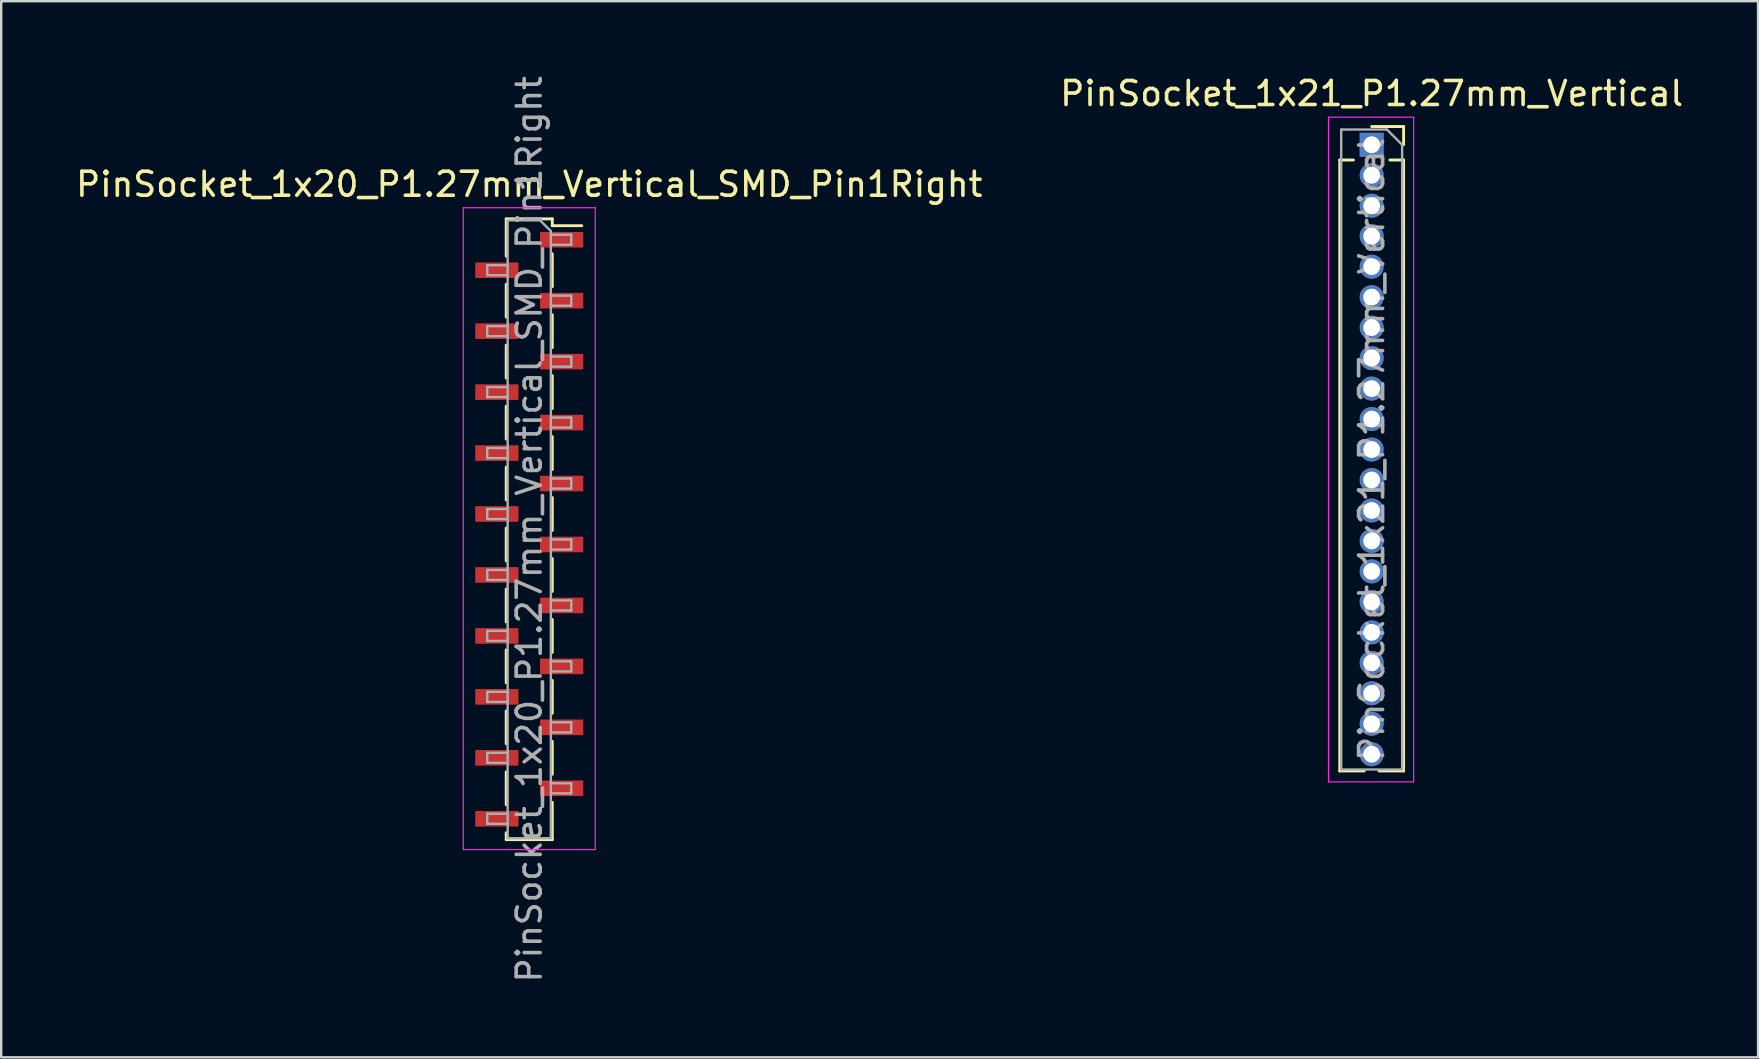
<source format=kicad_pcb>
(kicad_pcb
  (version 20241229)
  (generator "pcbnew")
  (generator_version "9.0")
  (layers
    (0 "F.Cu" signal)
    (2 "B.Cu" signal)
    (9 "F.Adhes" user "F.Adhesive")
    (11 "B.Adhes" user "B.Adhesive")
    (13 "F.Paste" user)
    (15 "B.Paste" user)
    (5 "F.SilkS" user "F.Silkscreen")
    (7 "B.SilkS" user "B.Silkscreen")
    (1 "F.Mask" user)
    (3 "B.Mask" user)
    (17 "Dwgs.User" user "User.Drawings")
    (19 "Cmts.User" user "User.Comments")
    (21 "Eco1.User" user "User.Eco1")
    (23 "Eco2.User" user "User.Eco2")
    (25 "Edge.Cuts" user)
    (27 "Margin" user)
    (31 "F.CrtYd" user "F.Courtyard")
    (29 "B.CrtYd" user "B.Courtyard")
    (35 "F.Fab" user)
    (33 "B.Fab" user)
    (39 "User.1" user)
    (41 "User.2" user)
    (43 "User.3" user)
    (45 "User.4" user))
  (footprint "PinSocket_1x21_P1.27mm_Vertical"
    (layer "F.Cu")
    (at 54.113 2.983)
    (property "Reference" "PinSocket_1x21_P1.27mm_Vertical" (at 0 -2.135 0) (layer "F.SilkS") (effects (font (size 1 1) (thickness 0.15))))
    (attr through_hole)
    (fp_line (start -1.33 0.635) (end -1.33 26.095) (stroke (width 0.12) (type solid)) (layer "F.SilkS"))
    (fp_line (start -1.33 0.635) (end -0.76 0.635) (stroke (width 0.12) (type solid)) (layer "F.SilkS"))
    (fp_line (start -1.33 26.095) (end -0.308 26.095) (stroke (width 0.12) (type solid)) (layer "F.SilkS"))
    (fp_line (start 0 -0.76) (end 1.33 -0.76) (stroke (width 0.12) (type solid)) (layer "F.SilkS"))
    (fp_line (start 0.308 26.095) (end 1.33 26.095) (stroke (width 0.12) (type solid)) (layer "F.SilkS"))
    (fp_line (start 0.76 0.635) (end 1.33 0.635) (stroke (width 0.12) (type solid)) (layer "F.SilkS"))
    (fp_line (start 1.33 -0.76) (end 1.33 0) (stroke (width 0.12) (type solid)) (layer "F.SilkS"))
    (fp_line (start 1.33 0.635) (end 1.33 26.095) (stroke (width 0.12) (type solid)) (layer "F.SilkS"))
    (fp_line (start -1.8 -1.15) (end 1.75 -1.15) (stroke (width 0.05) (type solid)) (layer "F.CrtYd"))
    (fp_line (start -1.8 26.55) (end -1.8 -1.15) (stroke (width 0.05) (type solid)) (layer "F.CrtYd"))
    (fp_line (start 1.75 -1.15) (end 1.75 26.55) (stroke (width 0.05) (type solid)) (layer "F.CrtYd"))
    (fp_line (start 1.75 26.55) (end -1.8 26.55) (stroke (width 0.05) (type solid)) (layer "F.CrtYd"))
    (fp_line (start -1.27 -0.635) (end 0.635 -0.635) (stroke (width 0.1) (type solid)) (layer "F.Fab"))
    (fp_line (start -1.27 26.035) (end -1.27 -0.635) (stroke (width 0.1) (type solid)) (layer "F.Fab"))
    (fp_line (start 0.635 -0.635) (end 1.27 0) (stroke (width 0.1) (type solid)) (layer "F.Fab"))
    (fp_line (start 1.27 0) (end 1.27 26.035) (stroke (width 0.1) (type solid)) (layer "F.Fab"))
    (fp_line (start 1.27 26.035) (end -1.27 26.035) (stroke (width 0.1) (type solid)) (layer "F.Fab"))
    (fp_text user "${REFERENCE}" (at 0 12.7 90) (layer "F.Fab") (effects (font (size 1 1) (thickness 0.15))))
    (pad "1" thru_hole rect (at 0 0) (size 1 1) (drill 0.7) (layers "*.Cu" "*.Mask"))
    (pad "2" thru_hole oval (at 0 1.27) (size 1 1) (drill 0.7) (layers "*.Cu" "*.Mask"))
    (pad "3" thru_hole oval (at 0 2.54) (size 1 1) (drill 0.7) (layers "*.Cu" "*.Mask"))
    (pad "4" thru_hole oval (at 0 3.81) (size 1 1) (drill 0.7) (layers "*.Cu" "*.Mask"))
    (pad "5" thru_hole oval (at 0 5.08) (size 1 1) (drill 0.7) (layers "*.Cu" "*.Mask"))
    (pad "6" thru_hole oval (at 0 6.35) (size 1 1) (drill 0.7) (layers "*.Cu" "*.Mask"))
    (pad "7" thru_hole oval (at 0 7.62) (size 1 1) (drill 0.7) (layers "*.Cu" "*.Mask"))
    (pad "8" thru_hole oval (at 0 8.89) (size 1 1) (drill 0.7) (layers "*.Cu" "*.Mask"))
    (pad "9" thru_hole oval (at 0 10.16) (size 1 1) (drill 0.7) (layers "*.Cu" "*.Mask"))
    (pad "10" thru_hole oval (at 0 11.43) (size 1 1) (drill 0.7) (layers "*.Cu" "*.Mask"))
    (pad "11" thru_hole oval (at 0 12.7) (size 1 1) (drill 0.7) (layers "*.Cu" "*.Mask"))
    (pad "12" thru_hole oval (at 0 13.97) (size 1 1) (drill 0.7) (layers "*.Cu" "*.Mask"))
    (pad "13" thru_hole oval (at 0 15.24) (size 1 1) (drill 0.7) (layers "*.Cu" "*.Mask"))
    (pad "14" thru_hole oval (at 0 16.51) (size 1 1) (drill 0.7) (layers "*.Cu" "*.Mask"))
    (pad "15" thru_hole oval (at 0 17.78) (size 1 1) (drill 0.7) (layers "*.Cu" "*.Mask"))
    (pad "16" thru_hole oval (at 0 19.05) (size 1 1) (drill 0.7) (layers "*.Cu" "*.Mask"))
    (pad "17" thru_hole oval (at 0 20.32) (size 1 1) (drill 0.7) (layers "*.Cu" "*.Mask"))
    (pad "18" thru_hole oval (at 0 21.59) (size 1 1) (drill 0.7) (layers "*.Cu" "*.Mask"))
    (pad "19" thru_hole oval (at 0 22.86) (size 1 1) (drill 0.7) (layers "*.Cu" "*.Mask"))
    (pad "20" thru_hole oval (at 0 24.13) (size 1 1) (drill 0.7) (layers "*.Cu" "*.Mask"))
    (pad "21" thru_hole oval (at 0 25.4) (size 1 1) (drill 0.7) (layers "*.Cu" "*.Mask")))
  (footprint "PinSocket_1x20_P1.27mm_Vertical_SMD_Pin1Right"
    (layer "F.Cu")
    (at 19.006 19.006)
    (property "Reference" "PinSocket_1x20_P1.27mm_Vertical_SMD_Pin1Right" (at 0 -14.375 0) (layer "F.SilkS") (effects (font (size 1 1) (thickness 0.15))))
    (attr smd)
    (fp_line (start -0.96 -12.935) (end -0.96 -11.38) (stroke (width 0.12) (type solid)) (layer "F.SilkS"))
    (fp_line (start -0.96 -12.935) (end 0.96 -12.935) (stroke (width 0.12) (type solid)) (layer "F.SilkS"))
    (fp_line (start -0.96 -10.21) (end -0.96 -8.84) (stroke (width 0.12) (type solid)) (layer "F.SilkS"))
    (fp_line (start -0.96 -7.67) (end -0.96 -6.3) (stroke (width 0.12) (type solid)) (layer "F.SilkS"))
    (fp_line (start -0.96 -5.13) (end -0.96 -3.76) (stroke (width 0.12) (type solid)) (layer "F.SilkS"))
    (fp_line (start -0.96 -2.59) (end -0.96 -1.22) (stroke (width 0.12) (type solid)) (layer "F.SilkS"))
    (fp_line (start -0.96 -0.05) (end -0.96 1.32) (stroke (width 0.12) (type solid)) (layer "F.SilkS"))
    (fp_line (start -0.96 2.49) (end -0.96 3.86) (stroke (width 0.12) (type solid)) (layer "F.SilkS"))
    (fp_line (start -0.96 5.03) (end -0.96 6.4) (stroke (width 0.12) (type solid)) (layer "F.SilkS"))
    (fp_line (start -0.96 7.57) (end -0.96 8.94) (stroke (width 0.12) (type solid)) (layer "F.SilkS"))
    (fp_line (start -0.96 10.11) (end -0.96 11.48) (stroke (width 0.12) (type solid)) (layer "F.SilkS"))
    (fp_line (start -0.96 12.65) (end -0.96 12.935) (stroke (width 0.12) (type solid)) (layer "F.SilkS"))
    (fp_line (start -0.96 12.935) (end 0.96 12.935) (stroke (width 0.12) (type solid)) (layer "F.SilkS"))
    (fp_line (start 0.96 -12.935) (end 0.96 -12.65) (stroke (width 0.12) (type solid)) (layer "F.SilkS"))
    (fp_line (start 0.96 -12.65) (end 2.19 -12.65) (stroke (width 0.12) (type solid)) (layer "F.SilkS"))
    (fp_line (start 0.96 -11.48) (end 0.96 -10.11) (stroke (width 0.12) (type solid)) (layer "F.SilkS"))
    (fp_line (start 0.96 -8.94) (end 0.96 -7.57) (stroke (width 0.12) (type solid)) (layer "F.SilkS"))
    (fp_line (start 0.96 -6.4) (end 0.96 -5.03) (stroke (width 0.12) (type solid)) (layer "F.SilkS"))
    (fp_line (start 0.96 -3.86) (end 0.96 -2.49) (stroke (width 0.12) (type solid)) (layer "F.SilkS"))
    (fp_line (start 0.96 -1.32) (end 0.96 0.05) (stroke (width 0.12) (type solid)) (layer "F.SilkS"))
    (fp_line (start 0.96 1.22) (end 0.96 2.59) (stroke (width 0.12) (type solid)) (layer "F.SilkS"))
    (fp_line (start 0.96 3.76) (end 0.96 5.13) (stroke (width 0.12) (type solid)) (layer "F.SilkS"))
    (fp_line (start 0.96 6.3) (end 0.96 7.67) (stroke (width 0.12) (type solid)) (layer "F.SilkS"))
    (fp_line (start 0.96 8.84) (end 0.96 10.21) (stroke (width 0.12) (type solid)) (layer "F.SilkS"))
    (fp_line (start 0.96 11.38) (end 0.96 12.935) (stroke (width 0.12) (type solid)) (layer "F.SilkS"))
    (fp_line (start -2.75 -13.4) (end 2.75 -13.4) (stroke (width 0.05) (type solid)) (layer "F.CrtYd"))
    (fp_line (start -2.75 13.35) (end -2.75 -13.4) (stroke (width 0.05) (type solid)) (layer "F.CrtYd"))
    (fp_line (start 2.75 -13.4) (end 2.75 13.35) (stroke (width 0.05) (type solid)) (layer "F.CrtYd"))
    (fp_line (start 2.75 13.35) (end -2.75 13.35) (stroke (width 0.05) (type solid)) (layer "F.CrtYd"))
    (fp_line (start -1.75 -11.005) (end -0.9 -11.005) (stroke (width 0.1) (type solid)) (layer "F.Fab"))
    (fp_line (start -1.75 -10.585) (end -1.75 -11.005) (stroke (width 0.1) (type solid)) (layer "F.Fab"))
    (fp_line (start -1.75 -8.465) (end -0.9 -8.465) (stroke (width 0.1) (type solid)) (layer "F.Fab"))
    (fp_line (start -1.75 -8.045) (end -1.75 -8.465) (stroke (width 0.1) (type solid)) (layer "F.Fab"))
    (fp_line (start -1.75 -5.925) (end -0.9 -5.925) (stroke (width 0.1) (type solid)) (layer "F.Fab"))
    (fp_line (start -1.75 -5.505) (end -1.75 -5.925) (stroke (width 0.1) (type solid)) (layer "F.Fab"))
    (fp_line (start -1.75 -3.385) (end -0.9 -3.385) (stroke (width 0.1) (type solid)) (layer "F.Fab"))
    (fp_line (start -1.75 -2.965) (end -1.75 -3.385) (stroke (width 0.1) (type solid)) (layer "F.Fab"))
    (fp_line (start -1.75 -0.845) (end -0.9 -0.845) (stroke (width 0.1) (type solid)) (layer "F.Fab"))
    (fp_line (start -1.75 -0.425) (end -1.75 -0.845) (stroke (width 0.1) (type solid)) (layer "F.Fab"))
    (fp_line (start -1.75 1.695) (end -0.9 1.695) (stroke (width 0.1) (type solid)) (layer "F.Fab"))
    (fp_line (start -1.75 2.115) (end -1.75 1.695) (stroke (width 0.1) (type solid)) (layer "F.Fab"))
    (fp_line (start -1.75 4.235) (end -0.9 4.235) (stroke (width 0.1) (type solid)) (layer "F.Fab"))
    (fp_line (start -1.75 4.655) (end -1.75 4.235) (stroke (width 0.1) (type solid)) (layer "F.Fab"))
    (fp_line (start -1.75 6.775) (end -0.9 6.775) (stroke (width 0.1) (type solid)) (layer "F.Fab"))
    (fp_line (start -1.75 7.195) (end -1.75 6.775) (stroke (width 0.1) (type solid)) (layer "F.Fab"))
    (fp_line (start -1.75 9.315) (end -0.9 9.315) (stroke (width 0.1) (type solid)) (layer "F.Fab"))
    (fp_line (start -1.75 9.735) (end -1.75 9.315) (stroke (width 0.1) (type solid)) (layer "F.Fab"))
    (fp_line (start -1.75 11.855) (end -0.9 11.855) (stroke (width 0.1) (type solid)) (layer "F.Fab"))
    (fp_line (start -1.75 12.275) (end -1.75 11.855) (stroke (width 0.1) (type solid)) (layer "F.Fab"))
    (fp_line (start -0.9 -12.875) (end 0.45 -12.875) (stroke (width 0.1) (type solid)) (layer "F.Fab"))
    (fp_line (start -0.9 -10.585) (end -1.75 -10.585) (stroke (width 0.1) (type solid)) (layer "F.Fab"))
    (fp_line (start -0.9 -8.045) (end -1.75 -8.045) (stroke (width 0.1) (type solid)) (layer "F.Fab"))
    (fp_line (start -0.9 -5.505) (end -1.75 -5.505) (stroke (width 0.1) (type solid)) (layer "F.Fab"))
    (fp_line (start -0.9 -2.965) (end -1.75 -2.965) (stroke (width 0.1) (type solid)) (layer "F.Fab"))
    (fp_line (start -0.9 -0.425) (end -1.75 -0.425) (stroke (width 0.1) (type solid)) (layer "F.Fab"))
    (fp_line (start -0.9 2.115) (end -1.75 2.115) (stroke (width 0.1) (type solid)) (layer "F.Fab"))
    (fp_line (start -0.9 4.655) (end -1.75 4.655) (stroke (width 0.1) (type solid)) (layer "F.Fab"))
    (fp_line (start -0.9 7.195) (end -1.75 7.195) (stroke (width 0.1) (type solid)) (layer "F.Fab"))
    (fp_line (start -0.9 9.735) (end -1.75 9.735) (stroke (width 0.1) (type solid)) (layer "F.Fab"))
    (fp_line (start -0.9 12.275) (end -1.75 12.275) (stroke (width 0.1) (type solid)) (layer "F.Fab"))
    (fp_line (start -0.9 12.875) (end -0.9 -12.875) (stroke (width 0.1) (type solid)) (layer "F.Fab"))
    (fp_line (start 0.45 -12.875) (end 0.9 -12.425) (stroke (width 0.1) (type solid)) (layer "F.Fab"))
    (fp_line (start 0.9 -12.425) (end 0.9 12.875) (stroke (width 0.1) (type solid)) (layer "F.Fab"))
    (fp_line (start 0.9 -12.275) (end 1.75 -12.275) (stroke (width 0.1) (type solid)) (layer "F.Fab"))
    (fp_line (start 0.9 -9.735) (end 1.75 -9.735) (stroke (width 0.1) (type solid)) (layer "F.Fab"))
    (fp_line (start 0.9 -7.195) (end 1.75 -7.195) (stroke (width 0.1) (type solid)) (layer "F.Fab"))
    (fp_line (start 0.9 -4.655) (end 1.75 -4.655) (stroke (width 0.1) (type solid)) (layer "F.Fab"))
    (fp_line (start 0.9 -2.115) (end 1.75 -2.115) (stroke (width 0.1) (type solid)) (layer "F.Fab"))
    (fp_line (start 0.9 0.425) (end 1.75 0.425) (stroke (width 0.1) (type solid)) (layer "F.Fab"))
    (fp_line (start 0.9 2.965) (end 1.75 2.965) (stroke (width 0.1) (type solid)) (layer "F.Fab"))
    (fp_line (start 0.9 5.505) (end 1.75 5.505) (stroke (width 0.1) (type solid)) (layer "F.Fab"))
    (fp_line (start 0.9 8.045) (end 1.75 8.045) (stroke (width 0.1) (type solid)) (layer "F.Fab"))
    (fp_line (start 0.9 10.585) (end 1.75 10.585) (stroke (width 0.1) (type solid)) (layer "F.Fab"))
    (fp_line (start 0.9 12.875) (end -0.9 12.875) (stroke (width 0.1) (type solid)) (layer "F.Fab"))
    (fp_line (start 1.75 -12.275) (end 1.75 -11.855) (stroke (width 0.1) (type solid)) (layer "F.Fab"))
    (fp_line (start 1.75 -11.855) (end 0.9 -11.855) (stroke (width 0.1) (type solid)) (layer "F.Fab"))
    (fp_line (start 1.75 -9.735) (end 1.75 -9.315) (stroke (width 0.1) (type solid)) (layer "F.Fab"))
    (fp_line (start 1.75 -9.315) (end 0.9 -9.315) (stroke (width 0.1) (type solid)) (layer "F.Fab"))
    (fp_line (start 1.75 -7.195) (end 1.75 -6.775) (stroke (width 0.1) (type solid)) (layer "F.Fab"))
    (fp_line (start 1.75 -6.775) (end 0.9 -6.775) (stroke (width 0.1) (type solid)) (layer "F.Fab"))
    (fp_line (start 1.75 -4.655) (end 1.75 -4.235) (stroke (width 0.1) (type solid)) (layer "F.Fab"))
    (fp_line (start 1.75 -4.235) (end 0.9 -4.235) (stroke (width 0.1) (type solid)) (layer "F.Fab"))
    (fp_line (start 1.75 -2.115) (end 1.75 -1.695) (stroke (width 0.1) (type solid)) (layer "F.Fab"))
    (fp_line (start 1.75 -1.695) (end 0.9 -1.695) (stroke (width 0.1) (type solid)) (layer "F.Fab"))
    (fp_line (start 1.75 0.425) (end 1.75 0.845) (stroke (width 0.1) (type solid)) (layer "F.Fab"))
    (fp_line (start 1.75 0.845) (end 0.9 0.845) (stroke (width 0.1) (type solid)) (layer "F.Fab"))
    (fp_line (start 1.75 2.965) (end 1.75 3.385) (stroke (width 0.1) (type solid)) (layer "F.Fab"))
    (fp_line (start 1.75 3.385) (end 0.9 3.385) (stroke (width 0.1) (type solid)) (layer "F.Fab"))
    (fp_line (start 1.75 5.505) (end 1.75 5.925) (stroke (width 0.1) (type solid)) (layer "F.Fab"))
    (fp_line (start 1.75 5.925) (end 0.9 5.925) (stroke (width 0.1) (type solid)) (layer "F.Fab"))
    (fp_line (start 1.75 8.045) (end 1.75 8.465) (stroke (width 0.1) (type solid)) (layer "F.Fab"))
    (fp_line (start 1.75 8.465) (end 0.9 8.465) (stroke (width 0.1) (type solid)) (layer "F.Fab"))
    (fp_line (start 1.75 10.585) (end 1.75 11.005) (stroke (width 0.1) (type solid)) (layer "F.Fab"))
    (fp_line (start 1.75 11.005) (end 0.9 11.005) (stroke (width 0.1) (type solid)) (layer "F.Fab"))
    (fp_text user "${REFERENCE}" (at 0 0 90) (layer "F.Fab") (effects (font (size 1 1) (thickness 0.15))))
    (pad "1" smd rect (at 1.35 -12.065) (size 1.8 0.65) (layers "F.Cu" "F.Mask" "F.Paste"))
    (pad "2" smd rect (at -1.35 -10.795) (size 1.8 0.65) (layers "F.Cu" "F.Mask" "F.Paste"))
    (pad "3" smd rect (at 1.35 -9.525) (size 1.8 0.65) (layers "F.Cu" "F.Mask" "F.Paste"))
    (pad "4" smd rect (at -1.35 -8.255) (size 1.8 0.65) (layers "F.Cu" "F.Mask" "F.Paste"))
    (pad "5" smd rect (at 1.35 -6.985) (size 1.8 0.65) (layers "F.Cu" "F.Mask" "F.Paste"))
    (pad "6" smd rect (at -1.35 -5.715) (size 1.8 0.65) (layers "F.Cu" "F.Mask" "F.Paste"))
    (pad "7" smd rect (at 1.35 -4.445) (size 1.8 0.65) (layers "F.Cu" "F.Mask" "F.Paste"))
    (pad "8" smd rect (at -1.35 -3.175) (size 1.8 0.65) (layers "F.Cu" "F.Mask" "F.Paste"))
    (pad "9" smd rect (at 1.35 -1.905) (size 1.8 0.65) (layers "F.Cu" "F.Mask" "F.Paste"))
    (pad "10" smd rect (at -1.35 -0.635) (size 1.8 0.65) (layers "F.Cu" "F.Mask" "F.Paste"))
    (pad "11" smd rect (at 1.35 0.635) (size 1.8 0.65) (layers "F.Cu" "F.Mask" "F.Paste"))
    (pad "12" smd rect (at -1.35 1.905) (size 1.8 0.65) (layers "F.Cu" "F.Mask" "F.Paste"))
    (pad "13" smd rect (at 1.35 3.175) (size 1.8 0.65) (layers "F.Cu" "F.Mask" "F.Paste"))
    (pad "14" smd rect (at -1.35 4.445) (size 1.8 0.65) (layers "F.Cu" "F.Mask" "F.Paste"))
    (pad "15" smd rect (at 1.35 5.715) (size 1.8 0.65) (layers "F.Cu" "F.Mask" "F.Paste"))
    (pad "16" smd rect (at -1.35 6.985) (size 1.8 0.65) (layers "F.Cu" "F.Mask" "F.Paste"))
    (pad "17" smd rect (at 1.35 8.255) (size 1.8 0.65) (layers "F.Cu" "F.Mask" "F.Paste"))
    (pad "18" smd rect (at -1.35 9.525) (size 1.8 0.65) (layers "F.Cu" "F.Mask" "F.Paste"))
    (pad "19" smd rect (at 1.35 10.795) (size 1.8 0.65) (layers "F.Cu" "F.Mask" "F.Paste"))
    (pad "20" smd rect (at -1.35 12.065) (size 1.8 0.65) (layers "F.Cu" "F.Mask" "F.Paste")))
  (gr_rect
    (start -3 -3)
    (end 70.214 41.012)
    (stroke (width 0.1) (type default))
    (fill no)
    (layer "Edge.Cuts")))
</source>
